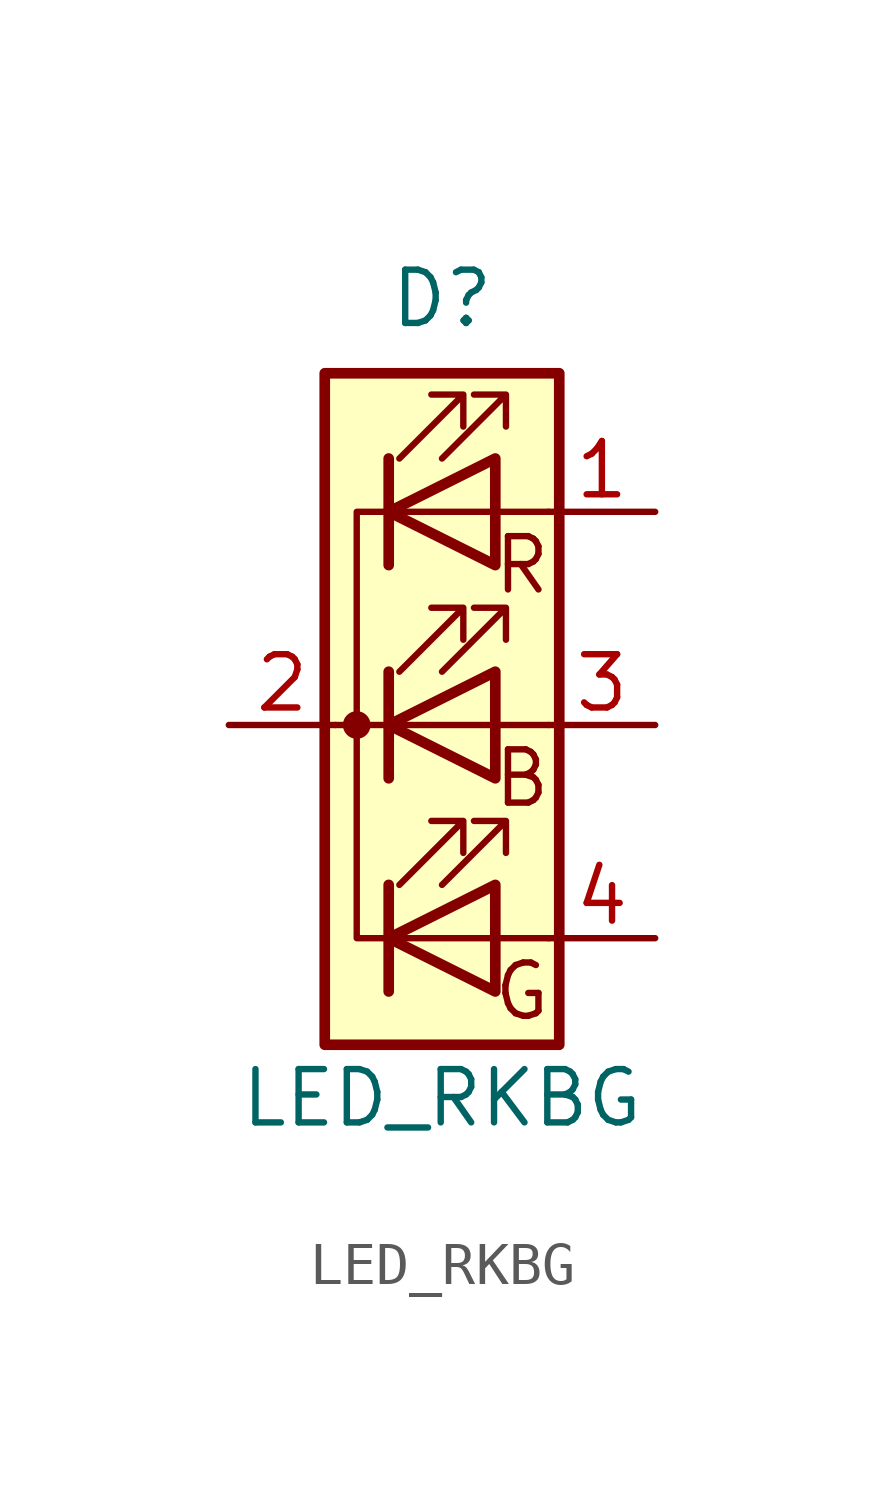
<source format=kicad_sym>
(kicad_symbol_lib
  (version 20211014)
  (generator kicad_symbol_editor)
  (symbol "LED_RKBG"
    (property "Reference" "D"
      (at 0 10.16 0)
      (effects (font (size 1.27 1.27))))
    (property "Value" "LED_RKBG"
      (at 0 -8.89 0)
      (effects (font (size 1.27 1.27))))
    (symbol "LED_RKBG_0_0"
      (text "B" (at 1.905 -1.27 0) (effects (font (size 1.27 1.27))))
      (text "G" (at 1.905 -6.35 0) (effects (font (size 1.27 1.27))))
      (text "R" (at 1.905 3.81 0) (effects (font (size 1.27 1.27)))))
    (symbol "LED_RKBG_0_1"
      (circle (center -2.032 0) (radius 0.254) (stroke (width 0) (type default) (color 0 0 0 0)) (fill (type outline)))
      (polyline (pts (xy -1.27 -5.08) (xy 1.27 -5.08)) (stroke (width 0) (type default) (color 0 0 0 0)) (fill (type none)))
      (polyline (pts (xy -1.27 -3.81) (xy -1.27 -6.35)) (stroke (width 0.254) (type default) (color 0 0 0 0)) (fill (type none)))
      (polyline (pts (xy -1.27 0) (xy -2.54 0)) (stroke (width 0) (type default) (color 0 0 0 0)) (fill (type none)))
      (polyline (pts (xy -1.27 1.27) (xy -1.27 -1.27)) (stroke (width 0.254) (type default) (color 0 0 0 0)) (fill (type none)))
      (polyline (pts (xy -1.27 5.08) (xy 1.27 5.08)) (stroke (width 0) (type default) (color 0 0 0 0)) (fill (type none)))
      (polyline (pts (xy -1.27 6.35) (xy -1.27 3.81)) (stroke (width 0.254) (type default) (color 0 0 0 0)) (fill (type none)))
      (polyline (pts (xy 1.27 -5.08) (xy 2.54 -5.08)) (stroke (width 0) (type default) (color 0 0 0 0)) (fill (type none)))
      (polyline (pts (xy 1.27 0) (xy -1.27 0)) (stroke (width 0) (type default) (color 0 0 0 0)) (fill (type none)))
      (polyline (pts (xy 1.27 0) (xy 2.54 0)) (stroke (width 0) (type default) (color 0 0 0 0)) (fill (type none)))
      (polyline (pts (xy 1.27 5.08) (xy 2.54 5.08)) (stroke (width 0) (type default) (color 0 0 0 0)) (fill (type none)))
      (polyline (pts (xy -1.27 1.27) (xy -1.27 -1.27) (xy -1.27 -1.27)) (stroke (width 0) (type default) (color 0 0 0 0)) (fill (type none)))
      (polyline (pts (xy -1.27 6.35) (xy -1.27 3.81) (xy -1.27 3.81)) (stroke (width 0) (type default) (color 0 0 0 0)) (fill (type none)))
      (polyline (pts (xy -1.27 5.08) (xy -2.032 5.08) (xy -2.032 -5.08) (xy -1.016 -5.08)) (stroke (width 0) (type default) (color 0 0 0 0)) (fill (type none)))
      (polyline (pts (xy 1.27 -3.81) (xy 1.27 -6.35) (xy -1.27 -5.08) (xy 1.27 -3.81)) (stroke (width 0.254) (type default) (color 0 0 0 0)) (fill (type none)))
      (polyline (pts (xy 1.27 1.27) (xy 1.27 -1.27) (xy -1.27 0) (xy 1.27 1.27)) (stroke (width 0.254) (type default) (color 0 0 0 0)) (fill (type none)))
      (polyline (pts (xy 1.27 6.35) (xy 1.27 3.81) (xy -1.27 5.08) (xy 1.27 6.35)) (stroke (width 0.254) (type default) (color 0 0 0 0)) (fill (type none)))
      (polyline (pts (xy -1.016 -3.81) (xy 0.508 -2.286) (xy -0.254 -2.286) (xy 0.508 -2.286) (xy 0.508 -3.048)) (stroke (width 0) (type default) (color 0 0 0 0)) (fill (type none)))
      (polyline (pts (xy -1.016 1.27) (xy 0.508 2.794) (xy -0.254 2.794) (xy 0.508 2.794) (xy 0.508 2.032)) (stroke (width 0) (type default) (color 0 0 0 0)) (fill (type none)))
      (polyline (pts (xy -1.016 6.35) (xy 0.508 7.874) (xy -0.254 7.874) (xy 0.508 7.874) (xy 0.508 7.112)) (stroke (width 0) (type default) (color 0 0 0 0)) (fill (type none)))
      (polyline (pts (xy 0 -3.81) (xy 1.524 -2.286) (xy 0.762 -2.286) (xy 1.524 -2.286) (xy 1.524 -3.048)) (stroke (width 0) (type default) (color 0 0 0 0)) (fill (type none)))
      (polyline (pts (xy 0 1.27) (xy 1.524 2.794) (xy 0.762 2.794) (xy 1.524 2.794) (xy 1.524 2.032)) (stroke (width 0) (type default) (color 0 0 0 0)) (fill (type none)))
      (polyline (pts (xy 0 6.35) (xy 1.524 7.874) (xy 0.762 7.874) (xy 1.524 7.874) (xy 1.524 7.112)) (stroke (width 0) (type default) (color 0 0 0 0)) (fill (type none)))
      (rectangle (start 1.27 -1.27) (end 1.27 1.27) (stroke (width 0) (type default) (color 0 0 0 0)) (fill (type none)))
      (rectangle (start 1.27 1.27) (end 1.27 1.27) (stroke (width 0) (type default) (color 0 0 0 0)) (fill (type none)))
      (rectangle (start 1.27 3.81) (end 1.27 6.35) (stroke (width 0) (type default) (color 0 0 0 0)) (fill (type none)))
      (rectangle (start 1.27 6.35) (end 1.27 6.35) (stroke (width 0) (type default) (color 0 0 0 0)) (fill (type none)))
      (rectangle (start 2.794 8.382) (end -2.794 -7.62) (stroke (width 0.254) (type default) (color 0 0 0 0)) (fill (type background))))
    (symbol "LED_RKBG_1_1"
      (pin passive line (at 5.08 5.08 180) (length 2.54) (name "" (effects (font (size 1.27 1.27)))) (number "1" (effects (font (size 1.27 1.27)))))
      (pin passive line (at -5.08 0 0) (length 2.54) (name "" (effects (font (size 1.27 1.27)))) (number "2" (effects (font (size 1.27 1.27)))))
      (pin passive line (at 5.08 0 180) (length 2.54) (name "" (effects (font (size 1.27 1.27)))) (number "3" (effects (font (size 1.27 1.27)))))
      (pin passive line (at 5.08 -5.08 180) (length 2.54) (name "" (effects (font (size 1.27 1.27)))) (number "4" (effects (font (size 1.27 1.27))))))))
</source>
